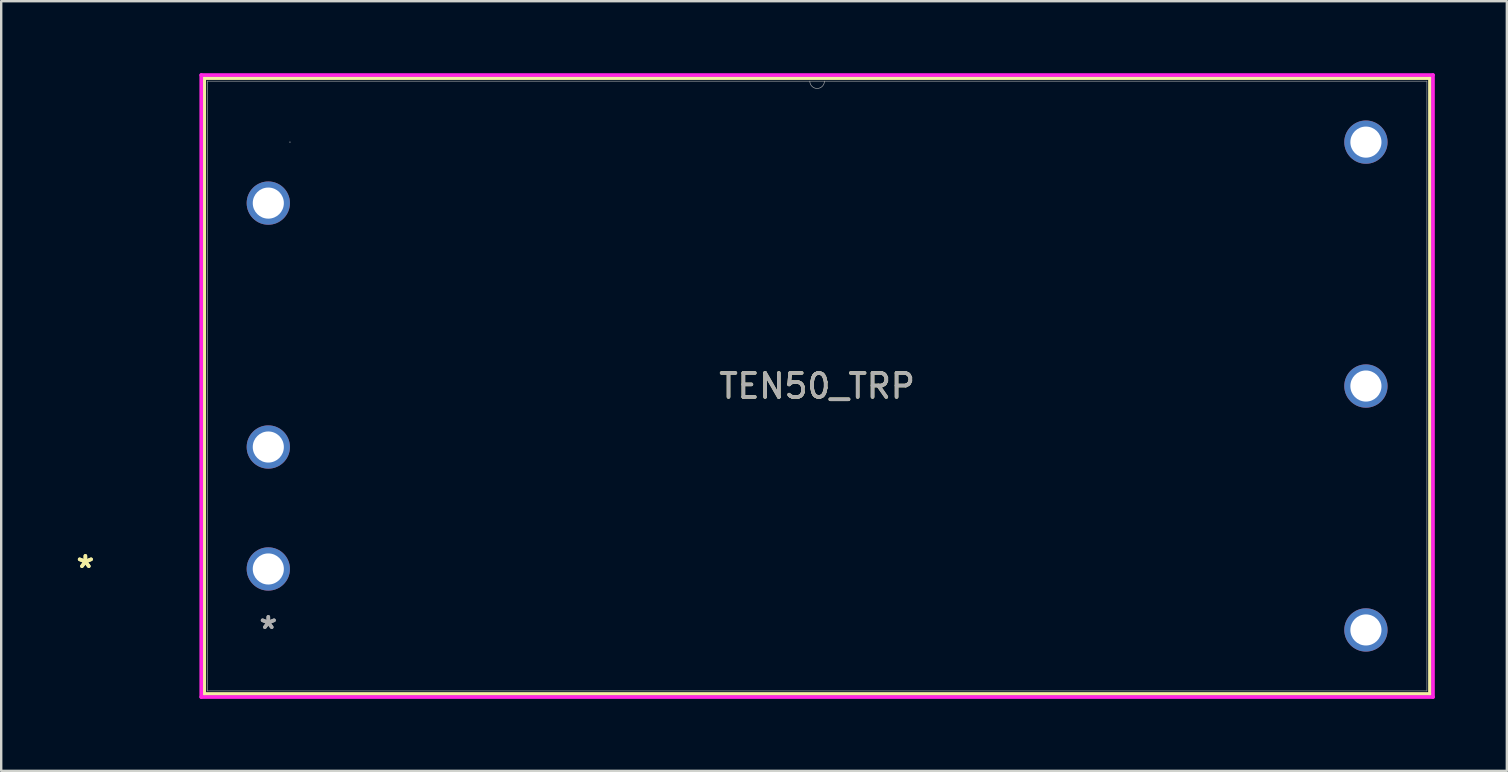
<source format=kicad_pcb>
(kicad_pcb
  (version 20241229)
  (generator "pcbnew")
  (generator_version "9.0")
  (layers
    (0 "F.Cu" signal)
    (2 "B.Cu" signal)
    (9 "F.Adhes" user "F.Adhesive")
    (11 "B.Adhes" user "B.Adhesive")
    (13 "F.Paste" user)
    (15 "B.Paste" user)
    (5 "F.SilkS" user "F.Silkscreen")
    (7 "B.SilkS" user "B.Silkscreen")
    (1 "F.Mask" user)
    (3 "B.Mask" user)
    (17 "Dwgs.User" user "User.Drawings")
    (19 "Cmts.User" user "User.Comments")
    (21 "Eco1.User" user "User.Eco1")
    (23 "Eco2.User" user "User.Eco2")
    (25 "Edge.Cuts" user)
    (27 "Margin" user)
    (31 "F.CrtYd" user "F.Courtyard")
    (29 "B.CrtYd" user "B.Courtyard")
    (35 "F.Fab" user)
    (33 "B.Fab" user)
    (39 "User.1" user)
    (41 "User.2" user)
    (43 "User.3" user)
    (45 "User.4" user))
  (footprint "TEN50_TRP"
    (layer "F.Cu")
    (at 8.126 20.65)
    (property "Reference" "TEN50_TRP" (at 22.86 -7.62 0) (unlocked yes) (layer "F.SilkS") (effects (font (size 1 1) (thickness 0.15))))
    (attr through_hole)
    (fp_line (start -2.667 -20.447) (end -2.667 5.207) (stroke (width 0.152) (type solid)) (layer "F.SilkS"))
    (fp_line (start -2.667 5.207) (end 48.387 5.207) (stroke (width 0.152) (type solid)) (layer "F.SilkS"))
    (fp_line (start 48.387 -20.447) (end -2.667 -20.447) (stroke (width 0.152) (type solid)) (layer "F.SilkS"))
    (fp_line (start 48.387 5.207) (end 48.387 -20.447) (stroke (width 0.152) (type solid)) (layer "F.SilkS"))
    (fp_line (start -2.794 -20.574) (end 48.514 -20.574) (stroke (width 0.152) (type solid)) (layer "F.CrtYd"))
    (fp_line (start -2.794 5.334) (end -2.794 -20.574) (stroke (width 0.152) (type solid)) (layer "F.CrtYd"))
    (fp_line (start 48.514 -20.574) (end 48.514 5.334) (stroke (width 0.152) (type solid)) (layer "F.CrtYd"))
    (fp_line (start 48.514 5.334) (end -2.794 5.334) (stroke (width 0.152) (type solid)) (layer "F.CrtYd"))
    (fp_line (start -2.54 -20.32) (end -2.54 5.08) (stroke (width 0.025) (type solid)) (layer "F.Fab"))
    (fp_line (start -2.54 5.08) (end 48.26 5.08) (stroke (width 0.025) (type solid)) (layer "F.Fab"))
    (fp_line (start 48.26 -20.32) (end -2.54 -20.32) (stroke (width 0.025) (type solid)) (layer "F.Fab"))
    (fp_line (start 48.26 5.08) (end 48.26 -20.32) (stroke (width 0.025) (type solid)) (layer "F.Fab"))
    (fp_arc (start 23.1648 -20.32) (mid 22.86 -20.0152) (end 22.5552 -20.32) (stroke (width 0.0254) (type solid)) (layer "F.Fab"))
    (fp_circle (center 0.902 -17.78) (end 0.902 -17.78) (stroke (width 0.025) (type solid)) (fill no) (layer "F.Fab"))
    (fp_text user "*" (at -7.62 0 0) (unlocked yes) (layer "F.SilkS") (effects (font (size 1 1) (thickness 0.15))))
    (fp_text user "*" (at -7.62 0 0) (layer "F.SilkS") (effects (font (size 1 1) (thickness 0.15))))
    (fp_text user "${REFERENCE}" (at 22.86 -7.62 0) (unlocked yes) (layer "F.Fab") (effects (font (size 1 1) (thickness 0.15))))
    (fp_text user "*" (at 0 2.54 0) (layer "F.Fab") (effects (font (size 1 1) (thickness 0.15))))
    (fp_text user "*" (at 0 2.54 0) (unlocked yes) (layer "F.Fab") (effects (font (size 1 1) (thickness 0.15))))
    (pad "1" thru_hole circle (at 0 0) (size 1.803 1.803) (drill 1.295) (layers "*.Cu" "*.Mask"))
    (pad "2" thru_hole circle (at 0 -5.08) (size 1.803 1.803) (drill 1.295) (layers "*.Cu" "*.Mask"))
    (pad "3" thru_hole circle (at 0 -15.24) (size 1.803 1.803) (drill 1.295) (layers "*.Cu" "*.Mask"))
    (pad "4" thru_hole circle (at 45.72 2.54) (size 1.803 1.803) (drill 1.295) (layers "*.Cu" "*.Mask"))
    (pad "5" thru_hole circle (at 45.72 -7.62) (size 1.803 1.803) (drill 1.295) (layers "*.Cu" "*.Mask"))
    (pad "6" thru_hole circle (at 45.72 -17.78) (size 1.803 1.803) (drill 1.295) (layers "*.Cu" "*.Mask")))
  (gr_rect
    (start -3 -3)
    (end 59.716 29.06)
    (stroke (width 0.1) (type default))
    (fill no)
    (layer "Edge.Cuts")))
</source>
